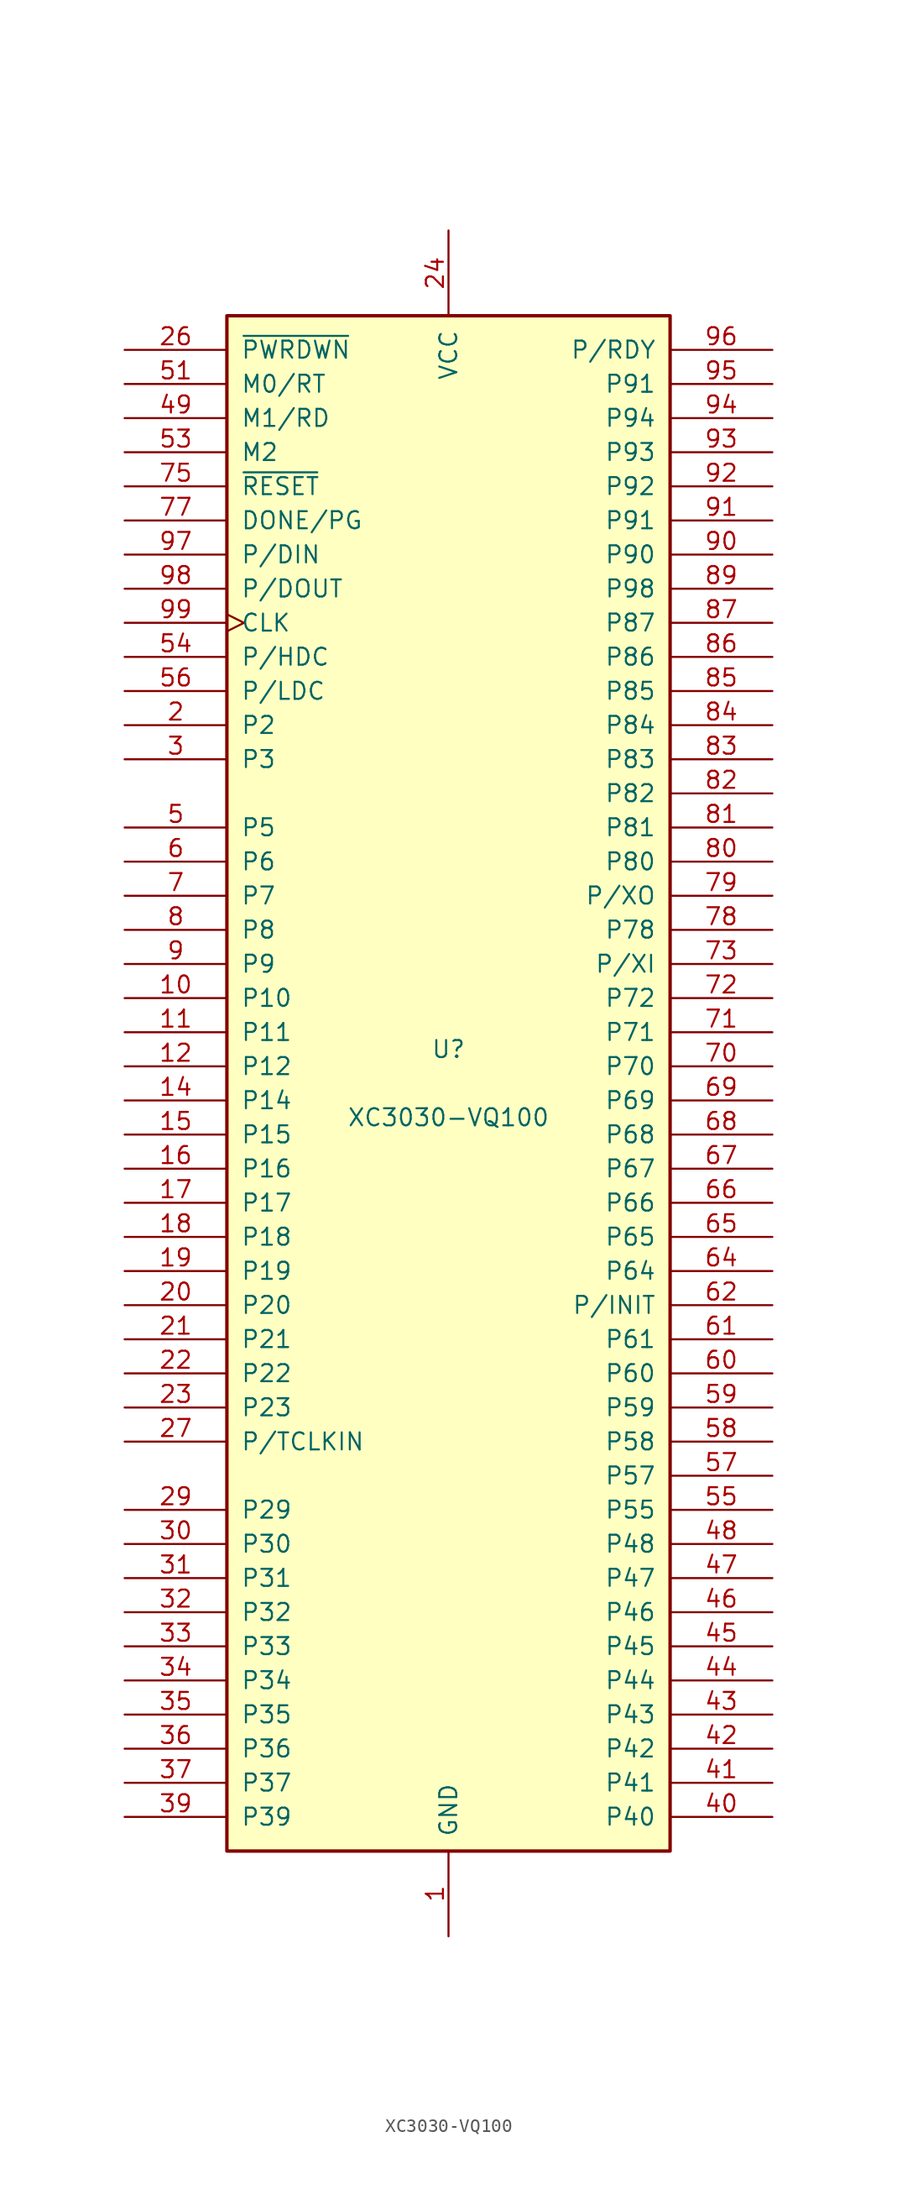
<source format=kicad_sym>
(kicad_symbol_lib
  (version 20231120)
  (generator "kicad_symbol_editor")
  (generator_version "8.0")
  (symbol "XC3030-VQ100"
    (pin_names
      (offset 1.016))
    (property "Reference" "U"
      (at 0 2.54 0)
      (effects (font (size 1.27 1.27))))
    (property "Value" "XC3030-VQ100"
      (at 0 -2.54 0)
      (effects (font (size 1.27 1.27))))
    (symbol "XC3030-VQ100_0_1"
      (rectangle (start -16.51 -57.15) (end 16.51 57.15) (stroke (width 0.254) (type default)) (fill (type background))))
    (symbol "XC3030-VQ100_1_1"
      (pin power_in line (at 0 -63.5 90) (length 6.35) (name "GND" (effects (font (size 1.27 1.27)))) (number "1" (effects (font (size 1.27 1.27)))))
      (pin passive line (at -24.13 6.35 0) (length 7.62) (name "P10" (effects (font (size 1.27 1.27)))) (number "10" (effects (font (size 1.27 1.27)))))
      (pin passive line (at 0 63.5 270) (length 6.35) hide (name "VCC" (effects (font (size 1.27 1.27)))) (number "100" (effects (font (size 1.27 1.27)))))
      (pin passive line (at -24.13 3.81 0) (length 7.62) (name "P11" (effects (font (size 1.27 1.27)))) (number "11" (effects (font (size 1.27 1.27)))))
      (pin passive line (at -24.13 1.27 0) (length 7.62) (name "P12" (effects (font (size 1.27 1.27)))) (number "12" (effects (font (size 1.27 1.27)))))
      (pin passive line (at 0 -63.5 90) (length 6.35) hide (name "GND" (effects (font (size 1.27 1.27)))) (number "13" (effects (font (size 1.27 1.27)))))
      (pin passive line (at -24.13 -1.27 0) (length 7.62) (name "P14" (effects (font (size 1.27 1.27)))) (number "14" (effects (font (size 1.27 1.27)))))
      (pin passive line (at -24.13 -3.81 0) (length 7.62) (name "P15" (effects (font (size 1.27 1.27)))) (number "15" (effects (font (size 1.27 1.27)))))
      (pin passive line (at -24.13 -6.35 0) (length 7.62) (name "P16" (effects (font (size 1.27 1.27)))) (number "16" (effects (font (size 1.27 1.27)))))
      (pin passive line (at -24.13 -8.89 0) (length 7.62) (name "P17" (effects (font (size 1.27 1.27)))) (number "17" (effects (font (size 1.27 1.27)))))
      (pin passive line (at -24.13 -11.43 0) (length 7.62) (name "P18" (effects (font (size 1.27 1.27)))) (number "18" (effects (font (size 1.27 1.27)))))
      (pin passive line (at -24.13 -13.97 0) (length 7.62) (name "P19" (effects (font (size 1.27 1.27)))) (number "19" (effects (font (size 1.27 1.27)))))
      (pin passive line (at -24.13 26.67 0) (length 7.62) (name "P2" (effects (font (size 1.27 1.27)))) (number "2" (effects (font (size 1.27 1.27)))))
      (pin passive line (at -24.13 -16.51 0) (length 7.62) (name "P20" (effects (font (size 1.27 1.27)))) (number "20" (effects (font (size 1.27 1.27)))))
      (pin passive line (at -24.13 -19.05 0) (length 7.62) (name "P21" (effects (font (size 1.27 1.27)))) (number "21" (effects (font (size 1.27 1.27)))))
      (pin passive line (at -24.13 -21.59 0) (length 7.62) (name "P22" (effects (font (size 1.27 1.27)))) (number "22" (effects (font (size 1.27 1.27)))))
      (pin passive line (at -24.13 -24.13 0) (length 7.62) (name "P23" (effects (font (size 1.27 1.27)))) (number "23" (effects (font (size 1.27 1.27)))))
      (pin power_in line (at 0 63.5 270) (length 6.35) (name "VCC" (effects (font (size 1.27 1.27)))) (number "24" (effects (font (size 1.27 1.27)))))
      (pin passive line (at 0 -63.5 90) (length 6.35) hide (name "GND" (effects (font (size 1.27 1.27)))) (number "25" (effects (font (size 1.27 1.27)))))
      (pin input line (at -24.13 54.61 0) (length 7.62) (name "~{PWRDWN}" (effects (font (size 1.27 1.27)))) (number "26" (effects (font (size 1.27 1.27)))))
      (pin passive line (at -24.13 -26.67 0) (length 7.62) (name "P/TCLKIN" (effects (font (size 1.27 1.27)))) (number "27" (effects (font (size 1.27 1.27)))))
      (pin passive line (at -24.13 -31.75 0) (length 7.62) (name "P29" (effects (font (size 1.27 1.27)))) (number "29" (effects (font (size 1.27 1.27)))))
      (pin passive line (at -24.13 24.13 0) (length 7.62) (name "P3" (effects (font (size 1.27 1.27)))) (number "3" (effects (font (size 1.27 1.27)))))
      (pin passive line (at -24.13 -34.29 0) (length 7.62) (name "P30" (effects (font (size 1.27 1.27)))) (number "30" (effects (font (size 1.27 1.27)))))
      (pin passive line (at -24.13 -36.83 0) (length 7.62) (name "P31" (effects (font (size 1.27 1.27)))) (number "31" (effects (font (size 1.27 1.27)))))
      (pin passive line (at -24.13 -39.37 0) (length 7.62) (name "P32" (effects (font (size 1.27 1.27)))) (number "32" (effects (font (size 1.27 1.27)))))
      (pin passive line (at -24.13 -41.91 0) (length 7.62) (name "P33" (effects (font (size 1.27 1.27)))) (number "33" (effects (font (size 1.27 1.27)))))
      (pin passive line (at -24.13 -44.45 0) (length 7.62) (name "P34" (effects (font (size 1.27 1.27)))) (number "34" (effects (font (size 1.27 1.27)))))
      (pin passive line (at -24.13 -46.99 0) (length 7.62) (name "P35" (effects (font (size 1.27 1.27)))) (number "35" (effects (font (size 1.27 1.27)))))
      (pin passive line (at -24.13 -49.53 0) (length 7.62) (name "P36" (effects (font (size 1.27 1.27)))) (number "36" (effects (font (size 1.27 1.27)))))
      (pin passive line (at -24.13 -52.07 0) (length 7.62) (name "P37" (effects (font (size 1.27 1.27)))) (number "37" (effects (font (size 1.27 1.27)))))
      (pin passive line (at 0 63.5 270) (length 6.35) hide (name "VCC" (effects (font (size 1.27 1.27)))) (number "38" (effects (font (size 1.27 1.27)))))
      (pin passive line (at -24.13 -54.61 0) (length 7.62) (name "P39" (effects (font (size 1.27 1.27)))) (number "39" (effects (font (size 1.27 1.27)))))
      (pin passive line (at 24.13 -54.61 180) (length 7.62) (name "P40" (effects (font (size 1.27 1.27)))) (number "40" (effects (font (size 1.27 1.27)))))
      (pin passive line (at 24.13 -52.07 180) (length 7.62) (name "P41" (effects (font (size 1.27 1.27)))) (number "41" (effects (font (size 1.27 1.27)))))
      (pin passive line (at 24.13 -49.53 180) (length 7.62) (name "P42" (effects (font (size 1.27 1.27)))) (number "42" (effects (font (size 1.27 1.27)))))
      (pin passive line (at 24.13 -46.99 180) (length 7.62) (name "P43" (effects (font (size 1.27 1.27)))) (number "43" (effects (font (size 1.27 1.27)))))
      (pin passive line (at 24.13 -44.45 180) (length 7.62) (name "P44" (effects (font (size 1.27 1.27)))) (number "44" (effects (font (size 1.27 1.27)))))
      (pin passive line (at 24.13 -41.91 180) (length 7.62) (name "P45" (effects (font (size 1.27 1.27)))) (number "45" (effects (font (size 1.27 1.27)))))
      (pin passive line (at 24.13 -39.37 180) (length 7.62) (name "P46" (effects (font (size 1.27 1.27)))) (number "46" (effects (font (size 1.27 1.27)))))
      (pin passive line (at 24.13 -36.83 180) (length 7.62) (name "P47" (effects (font (size 1.27 1.27)))) (number "47" (effects (font (size 1.27 1.27)))))
      (pin passive line (at 24.13 -34.29 180) (length 7.62) (name "P48" (effects (font (size 1.27 1.27)))) (number "48" (effects (font (size 1.27 1.27)))))
      (pin input line (at -24.13 49.53 0) (length 7.62) (name "M1/RD" (effects (font (size 1.27 1.27)))) (number "49" (effects (font (size 1.27 1.27)))))
      (pin passive line (at -24.13 19.05 0) (length 7.62) (name "P5" (effects (font (size 1.27 1.27)))) (number "5" (effects (font (size 1.27 1.27)))))
      (pin passive line (at 0 -63.5 90) (length 6.35) hide (name "GND" (effects (font (size 1.27 1.27)))) (number "50" (effects (font (size 1.27 1.27)))))
      (pin input line (at -24.13 52.07 0) (length 7.62) (name "M0/RT" (effects (font (size 1.27 1.27)))) (number "51" (effects (font (size 1.27 1.27)))))
      (pin passive line (at 0 63.5 270) (length 6.35) hide (name "VCC" (effects (font (size 1.27 1.27)))) (number "52" (effects (font (size 1.27 1.27)))))
      (pin passive line (at -24.13 46.99 0) (length 7.62) (name "M2" (effects (font (size 1.27 1.27)))) (number "53" (effects (font (size 1.27 1.27)))))
      (pin passive line (at -24.13 31.75 0) (length 7.62) (name "P/HDC" (effects (font (size 1.27 1.27)))) (number "54" (effects (font (size 1.27 1.27)))))
      (pin passive line (at 24.13 -31.75 180) (length 7.62) (name "P55" (effects (font (size 1.27 1.27)))) (number "55" (effects (font (size 1.27 1.27)))))
      (pin passive line (at -24.13 29.21 0) (length 7.62) (name "P/LDC" (effects (font (size 1.27 1.27)))) (number "56" (effects (font (size 1.27 1.27)))))
      (pin passive line (at 24.13 -29.21 180) (length 7.62) (name "P57" (effects (font (size 1.27 1.27)))) (number "57" (effects (font (size 1.27 1.27)))))
      (pin passive line (at 24.13 -26.67 180) (length 7.62) (name "P58" (effects (font (size 1.27 1.27)))) (number "58" (effects (font (size 1.27 1.27)))))
      (pin passive line (at 24.13 -24.13 180) (length 7.62) (name "P59" (effects (font (size 1.27 1.27)))) (number "59" (effects (font (size 1.27 1.27)))))
      (pin passive line (at -24.13 16.51 0) (length 7.62) (name "P6" (effects (font (size 1.27 1.27)))) (number "6" (effects (font (size 1.27 1.27)))))
      (pin passive line (at 24.13 -21.59 180) (length 7.62) (name "P60" (effects (font (size 1.27 1.27)))) (number "60" (effects (font (size 1.27 1.27)))))
      (pin passive line (at 24.13 -19.05 180) (length 7.62) (name "P61" (effects (font (size 1.27 1.27)))) (number "61" (effects (font (size 1.27 1.27)))))
      (pin passive line (at 24.13 -16.51 180) (length 7.62) (name "P/INIT" (effects (font (size 1.27 1.27)))) (number "62" (effects (font (size 1.27 1.27)))))
      (pin passive line (at 0 -63.5 90) (length 6.35) hide (name "GND" (effects (font (size 1.27 1.27)))) (number "63" (effects (font (size 1.27 1.27)))))
      (pin passive line (at 24.13 -13.97 180) (length 7.62) (name "P64" (effects (font (size 1.27 1.27)))) (number "64" (effects (font (size 1.27 1.27)))))
      (pin passive line (at 24.13 -11.43 180) (length 7.62) (name "P65" (effects (font (size 1.27 1.27)))) (number "65" (effects (font (size 1.27 1.27)))))
      (pin passive line (at 24.13 -8.89 180) (length 7.62) (name "P66" (effects (font (size 1.27 1.27)))) (number "66" (effects (font (size 1.27 1.27)))))
      (pin passive line (at 24.13 -6.35 180) (length 7.62) (name "P67" (effects (font (size 1.27 1.27)))) (number "67" (effects (font (size 1.27 1.27)))))
      (pin passive line (at 24.13 -3.81 180) (length 7.62) (name "P68" (effects (font (size 1.27 1.27)))) (number "68" (effects (font (size 1.27 1.27)))))
      (pin passive line (at 24.13 -1.27 180) (length 7.62) (name "P69" (effects (font (size 1.27 1.27)))) (number "69" (effects (font (size 1.27 1.27)))))
      (pin passive line (at -24.13 13.97 0) (length 7.62) (name "P7" (effects (font (size 1.27 1.27)))) (number "7" (effects (font (size 1.27 1.27)))))
      (pin passive line (at 24.13 1.27 180) (length 7.62) (name "P70" (effects (font (size 1.27 1.27)))) (number "70" (effects (font (size 1.27 1.27)))))
      (pin passive line (at 24.13 3.81 180) (length 7.62) (name "P71" (effects (font (size 1.27 1.27)))) (number "71" (effects (font (size 1.27 1.27)))))
      (pin passive line (at 24.13 6.35 180) (length 7.62) (name "P72" (effects (font (size 1.27 1.27)))) (number "72" (effects (font (size 1.27 1.27)))))
      (pin passive line (at 24.13 8.89 180) (length 7.62) (name "P/XI" (effects (font (size 1.27 1.27)))) (number "73" (effects (font (size 1.27 1.27)))))
      (pin passive line (at 0 -63.5 90) (length 6.35) hide (name "GND" (effects (font (size 1.27 1.27)))) (number "74" (effects (font (size 1.27 1.27)))))
      (pin input line (at -24.13 44.45 0) (length 7.62) (name "~{RESET}" (effects (font (size 1.27 1.27)))) (number "75" (effects (font (size 1.27 1.27)))))
      (pin passive line (at 0 63.5 270) (length 6.35) hide (name "VCC" (effects (font (size 1.27 1.27)))) (number "76" (effects (font (size 1.27 1.27)))))
      (pin open_collector line (at -24.13 41.91 0) (length 7.62) (name "DONE/PG" (effects (font (size 1.27 1.27)))) (number "77" (effects (font (size 1.27 1.27)))))
      (pin passive line (at 24.13 11.43 180) (length 7.62) (name "P78" (effects (font (size 1.27 1.27)))) (number "78" (effects (font (size 1.27 1.27)))))
      (pin passive line (at 24.13 13.97 180) (length 7.62) (name "P/XO" (effects (font (size 1.27 1.27)))) (number "79" (effects (font (size 1.27 1.27)))))
      (pin passive line (at -24.13 11.43 0) (length 7.62) (name "P8" (effects (font (size 1.27 1.27)))) (number "8" (effects (font (size 1.27 1.27)))))
      (pin passive line (at 24.13 16.51 180) (length 7.62) (name "P80" (effects (font (size 1.27 1.27)))) (number "80" (effects (font (size 1.27 1.27)))))
      (pin passive line (at 24.13 19.05 180) (length 7.62) (name "P81" (effects (font (size 1.27 1.27)))) (number "81" (effects (font (size 1.27 1.27)))))
      (pin passive line (at 24.13 21.59 180) (length 7.62) (name "P82" (effects (font (size 1.27 1.27)))) (number "82" (effects (font (size 1.27 1.27)))))
      (pin passive line (at 24.13 24.13 180) (length 7.62) (name "P83" (effects (font (size 1.27 1.27)))) (number "83" (effects (font (size 1.27 1.27)))))
      (pin passive line (at 24.13 26.67 180) (length 7.62) (name "P84" (effects (font (size 1.27 1.27)))) (number "84" (effects (font (size 1.27 1.27)))))
      (pin passive line (at 24.13 29.21 180) (length 7.62) (name "P85" (effects (font (size 1.27 1.27)))) (number "85" (effects (font (size 1.27 1.27)))))
      (pin passive line (at 24.13 31.75 180) (length 7.62) (name "P86" (effects (font (size 1.27 1.27)))) (number "86" (effects (font (size 1.27 1.27)))))
      (pin passive line (at 24.13 34.29 180) (length 7.62) (name "P87" (effects (font (size 1.27 1.27)))) (number "87" (effects (font (size 1.27 1.27)))))
      (pin passive line (at 0 63.5 270) (length 6.35) hide (name "VCC" (effects (font (size 1.27 1.27)))) (number "88" (effects (font (size 1.27 1.27)))))
      (pin passive line (at 24.13 36.83 180) (length 7.62) (name "P98" (effects (font (size 1.27 1.27)))) (number "89" (effects (font (size 1.27 1.27)))))
      (pin passive line (at -24.13 8.89 0) (length 7.62) (name "P9" (effects (font (size 1.27 1.27)))) (number "9" (effects (font (size 1.27 1.27)))))
      (pin passive line (at 24.13 39.37 180) (length 7.62) (name "P90" (effects (font (size 1.27 1.27)))) (number "90" (effects (font (size 1.27 1.27)))))
      (pin passive line (at 24.13 41.91 180) (length 7.62) (name "P91" (effects (font (size 1.27 1.27)))) (number "91" (effects (font (size 1.27 1.27)))))
      (pin passive line (at 24.13 44.45 180) (length 7.62) (name "P92" (effects (font (size 1.27 1.27)))) (number "92" (effects (font (size 1.27 1.27)))))
      (pin passive line (at 24.13 46.99 180) (length 7.62) (name "P93" (effects (font (size 1.27 1.27)))) (number "93" (effects (font (size 1.27 1.27)))))
      (pin passive line (at 24.13 49.53 180) (length 7.62) (name "P94" (effects (font (size 1.27 1.27)))) (number "94" (effects (font (size 1.27 1.27)))))
      (pin passive line (at 24.13 52.07 180) (length 7.62) (name "P91" (effects (font (size 1.27 1.27)))) (number "95" (effects (font (size 1.27 1.27)))))
      (pin passive line (at 24.13 54.61 180) (length 7.62) (name "P/RDY" (effects (font (size 1.27 1.27)))) (number "96" (effects (font (size 1.27 1.27)))))
      (pin passive line (at -24.13 39.37 0) (length 7.62) (name "P/DIN" (effects (font (size 1.27 1.27)))) (number "97" (effects (font (size 1.27 1.27)))))
      (pin passive line (at -24.13 36.83 0) (length 7.62) (name "P/DOUT" (effects (font (size 1.27 1.27)))) (number "98" (effects (font (size 1.27 1.27)))))
      (pin bidirectional clock (at -24.13 34.29 0) (length 7.62) (name "CLK" (effects (font (size 1.27 1.27)))) (number "99" (effects (font (size 1.27 1.27))))))))
</source>
